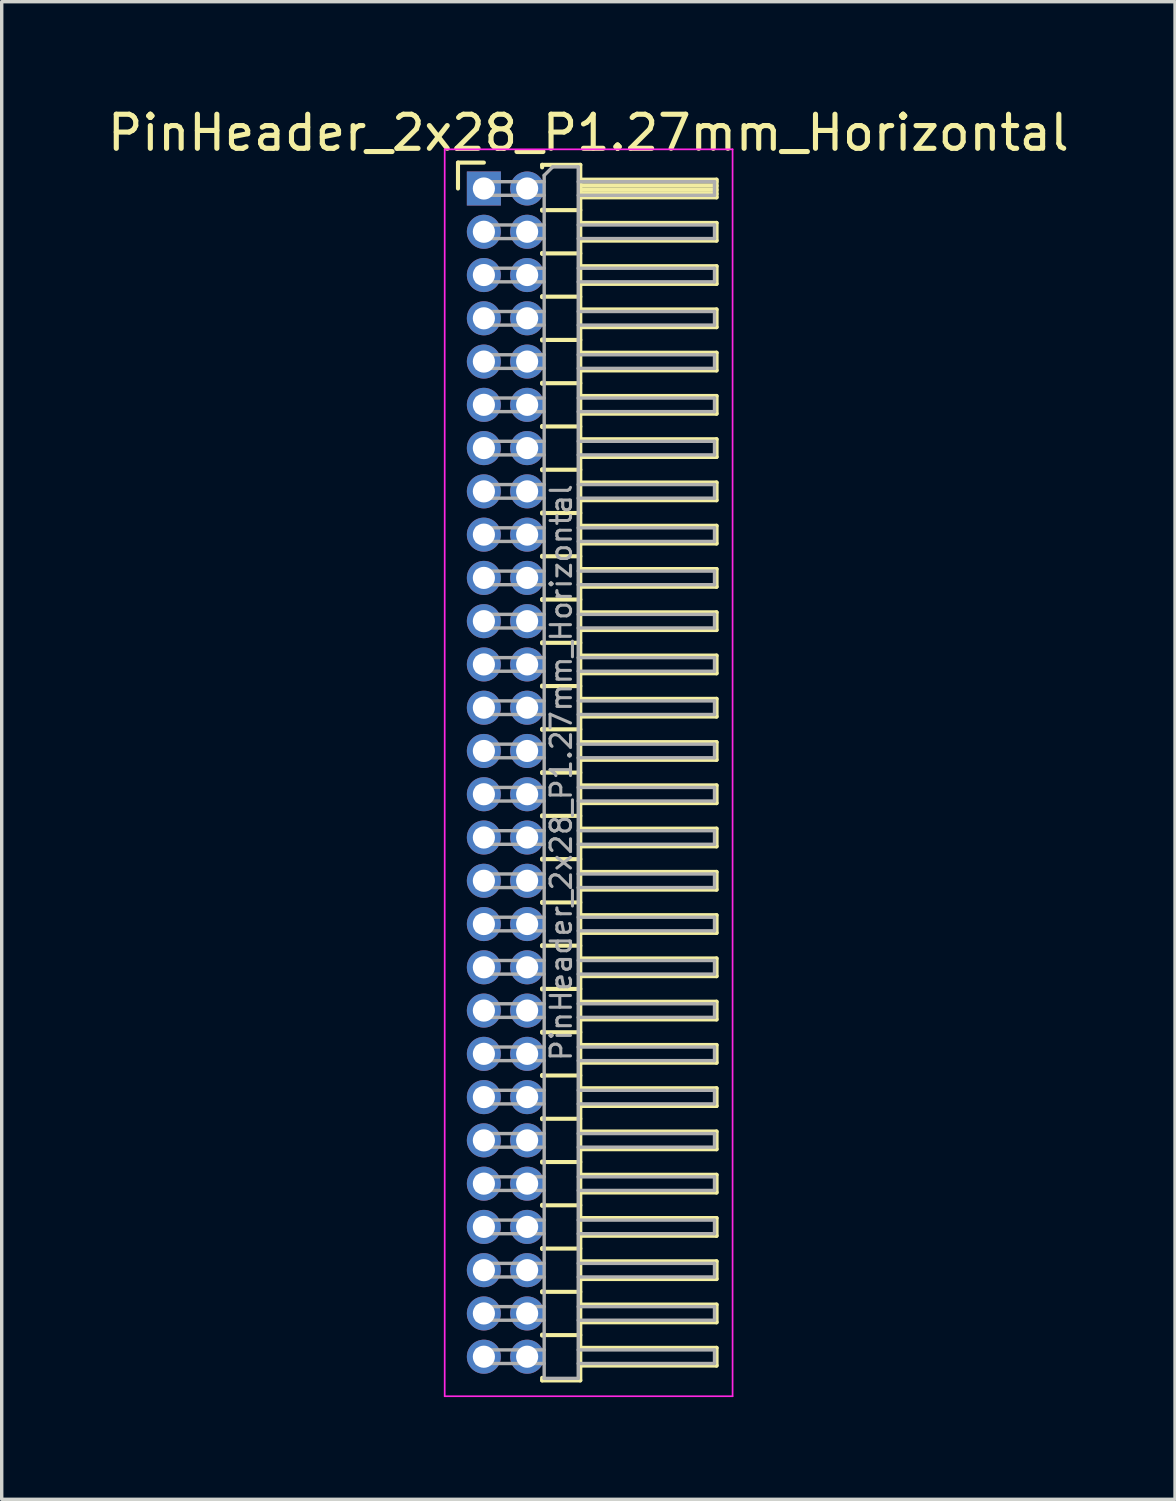
<source format=kicad_pcb>
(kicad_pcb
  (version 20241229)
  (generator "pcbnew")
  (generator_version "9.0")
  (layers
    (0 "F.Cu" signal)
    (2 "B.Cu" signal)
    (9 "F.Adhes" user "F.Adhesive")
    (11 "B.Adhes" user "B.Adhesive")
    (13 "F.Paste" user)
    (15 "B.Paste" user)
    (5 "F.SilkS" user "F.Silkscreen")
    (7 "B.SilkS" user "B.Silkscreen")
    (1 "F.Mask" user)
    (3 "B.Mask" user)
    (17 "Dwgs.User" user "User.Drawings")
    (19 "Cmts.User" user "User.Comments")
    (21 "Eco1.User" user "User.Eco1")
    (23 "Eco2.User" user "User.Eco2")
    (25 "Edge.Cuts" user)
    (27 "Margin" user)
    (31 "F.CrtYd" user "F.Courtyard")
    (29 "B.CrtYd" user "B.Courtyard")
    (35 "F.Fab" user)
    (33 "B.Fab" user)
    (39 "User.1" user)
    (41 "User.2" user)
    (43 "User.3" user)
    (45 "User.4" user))
  (footprint "PinHeader_2x28_P1.27mm_Horizontal"
    (layer "F.Cu")
    (at 11.153 2.483)
    (property "Reference" "PinHeader_2x28_P1.27mm_Horizontal" (at 3.067 -1.635 0) (layer "F.SilkS") (effects (font (size 1 1) (thickness 0.15))))
    (attr through_hole)
    (fp_line (start -0.76 -0.76) (end 0 -0.76) (stroke (width 0.12) (type solid)) (layer "F.SilkS"))
    (fp_line (start -0.76 0) (end -0.76 -0.76) (stroke (width 0.12) (type solid)) (layer "F.SilkS"))
    (fp_line (start 1.71 -0.695) (end 2.83 -0.695) (stroke (width 0.12) (type solid)) (layer "F.SilkS"))
    (fp_line (start 1.71 -0.62) (end 1.71 -0.695) (stroke (width 0.12) (type solid)) (layer "F.SilkS"))
    (fp_line (start 1.71 0.62) (end 1.71 0.65) (stroke (width 0.12) (type solid)) (layer "F.SilkS"))
    (fp_line (start 1.71 0.635) (end 2.83 0.635) (stroke (width 0.12) (type solid)) (layer "F.SilkS"))
    (fp_line (start 1.71 1.89) (end 1.71 1.92) (stroke (width 0.12) (type solid)) (layer "F.SilkS"))
    (fp_line (start 1.71 1.905) (end 2.83 1.905) (stroke (width 0.12) (type solid)) (layer "F.SilkS"))
    (fp_line (start 1.71 3.16) (end 1.71 3.19) (stroke (width 0.12) (type solid)) (layer "F.SilkS"))
    (fp_line (start 1.71 3.175) (end 2.83 3.175) (stroke (width 0.12) (type solid)) (layer "F.SilkS"))
    (fp_line (start 1.71 4.43) (end 1.71 4.46) (stroke (width 0.12) (type solid)) (layer "F.SilkS"))
    (fp_line (start 1.71 4.445) (end 2.83 4.445) (stroke (width 0.12) (type solid)) (layer "F.SilkS"))
    (fp_line (start 1.71 5.7) (end 1.71 5.73) (stroke (width 0.12) (type solid)) (layer "F.SilkS"))
    (fp_line (start 1.71 5.715) (end 2.83 5.715) (stroke (width 0.12) (type solid)) (layer "F.SilkS"))
    (fp_line (start 1.71 6.97) (end 1.71 7) (stroke (width 0.12) (type solid)) (layer "F.SilkS"))
    (fp_line (start 1.71 6.985) (end 2.83 6.985) (stroke (width 0.12) (type solid)) (layer "F.SilkS"))
    (fp_line (start 1.71 8.24) (end 1.71 8.27) (stroke (width 0.12) (type solid)) (layer "F.SilkS"))
    (fp_line (start 1.71 8.255) (end 2.83 8.255) (stroke (width 0.12) (type solid)) (layer "F.SilkS"))
    (fp_line (start 1.71 9.51) (end 1.71 9.54) (stroke (width 0.12) (type solid)) (layer "F.SilkS"))
    (fp_line (start 1.71 9.525) (end 2.83 9.525) (stroke (width 0.12) (type solid)) (layer "F.SilkS"))
    (fp_line (start 1.71 10.78) (end 1.71 10.81) (stroke (width 0.12) (type solid)) (layer "F.SilkS"))
    (fp_line (start 1.71 10.795) (end 2.83 10.795) (stroke (width 0.12) (type solid)) (layer "F.SilkS"))
    (fp_line (start 1.71 12.05) (end 1.71 12.08) (stroke (width 0.12) (type solid)) (layer "F.SilkS"))
    (fp_line (start 1.71 12.065) (end 2.83 12.065) (stroke (width 0.12) (type solid)) (layer "F.SilkS"))
    (fp_line (start 1.71 13.32) (end 1.71 13.35) (stroke (width 0.12) (type solid)) (layer "F.SilkS"))
    (fp_line (start 1.71 13.335) (end 2.83 13.335) (stroke (width 0.12) (type solid)) (layer "F.SilkS"))
    (fp_line (start 1.71 14.59) (end 1.71 14.62) (stroke (width 0.12) (type solid)) (layer "F.SilkS"))
    (fp_line (start 1.71 14.605) (end 2.83 14.605) (stroke (width 0.12) (type solid)) (layer "F.SilkS"))
    (fp_line (start 1.71 15.86) (end 1.71 15.89) (stroke (width 0.12) (type solid)) (layer "F.SilkS"))
    (fp_line (start 1.71 15.875) (end 2.83 15.875) (stroke (width 0.12) (type solid)) (layer "F.SilkS"))
    (fp_line (start 1.71 17.13) (end 1.71 17.16) (stroke (width 0.12) (type solid)) (layer "F.SilkS"))
    (fp_line (start 1.71 17.145) (end 2.83 17.145) (stroke (width 0.12) (type solid)) (layer "F.SilkS"))
    (fp_line (start 1.71 18.4) (end 1.71 18.43) (stroke (width 0.12) (type solid)) (layer "F.SilkS"))
    (fp_line (start 1.71 18.415) (end 2.83 18.415) (stroke (width 0.12) (type solid)) (layer "F.SilkS"))
    (fp_line (start 1.71 19.67) (end 1.71 19.7) (stroke (width 0.12) (type solid)) (layer "F.SilkS"))
    (fp_line (start 1.71 19.685) (end 2.83 19.685) (stroke (width 0.12) (type solid)) (layer "F.SilkS"))
    (fp_line (start 1.71 20.94) (end 1.71 20.97) (stroke (width 0.12) (type solid)) (layer "F.SilkS"))
    (fp_line (start 1.71 20.955) (end 2.83 20.955) (stroke (width 0.12) (type solid)) (layer "F.SilkS"))
    (fp_line (start 1.71 22.21) (end 1.71 22.24) (stroke (width 0.12) (type solid)) (layer "F.SilkS"))
    (fp_line (start 1.71 22.225) (end 2.83 22.225) (stroke (width 0.12) (type solid)) (layer "F.SilkS"))
    (fp_line (start 1.71 23.48) (end 1.71 23.51) (stroke (width 0.12) (type solid)) (layer "F.SilkS"))
    (fp_line (start 1.71 23.495) (end 2.83 23.495) (stroke (width 0.12) (type solid)) (layer "F.SilkS"))
    (fp_line (start 1.71 24.75) (end 1.71 24.78) (stroke (width 0.12) (type solid)) (layer "F.SilkS"))
    (fp_line (start 1.71 24.765) (end 2.83 24.765) (stroke (width 0.12) (type solid)) (layer "F.SilkS"))
    (fp_line (start 1.71 26.02) (end 1.71 26.05) (stroke (width 0.12) (type solid)) (layer "F.SilkS"))
    (fp_line (start 1.71 26.035) (end 2.83 26.035) (stroke (width 0.12) (type solid)) (layer "F.SilkS"))
    (fp_line (start 1.71 27.29) (end 1.71 27.32) (stroke (width 0.12) (type solid)) (layer "F.SilkS"))
    (fp_line (start 1.71 27.305) (end 2.83 27.305) (stroke (width 0.12) (type solid)) (layer "F.SilkS"))
    (fp_line (start 1.71 28.56) (end 1.71 28.59) (stroke (width 0.12) (type solid)) (layer "F.SilkS"))
    (fp_line (start 1.71 28.575) (end 2.83 28.575) (stroke (width 0.12) (type solid)) (layer "F.SilkS"))
    (fp_line (start 1.71 29.83) (end 1.71 29.86) (stroke (width 0.12) (type solid)) (layer "F.SilkS"))
    (fp_line (start 1.71 29.845) (end 2.83 29.845) (stroke (width 0.12) (type solid)) (layer "F.SilkS"))
    (fp_line (start 1.71 31.1) (end 1.71 31.13) (stroke (width 0.12) (type solid)) (layer "F.SilkS"))
    (fp_line (start 1.71 31.115) (end 2.83 31.115) (stroke (width 0.12) (type solid)) (layer "F.SilkS"))
    (fp_line (start 1.71 32.37) (end 1.71 32.4) (stroke (width 0.12) (type solid)) (layer "F.SilkS"))
    (fp_line (start 1.71 32.385) (end 2.83 32.385) (stroke (width 0.12) (type solid)) (layer "F.SilkS"))
    (fp_line (start 1.71 33.64) (end 1.71 33.67) (stroke (width 0.12) (type solid)) (layer "F.SilkS"))
    (fp_line (start 1.71 33.655) (end 2.83 33.655) (stroke (width 0.12) (type solid)) (layer "F.SilkS"))
    (fp_line (start 1.71 34.985) (end 1.71 34.91) (stroke (width 0.12) (type solid)) (layer "F.SilkS"))
    (fp_line (start 2.83 -0.695) (end 2.83 34.985) (stroke (width 0.12) (type solid)) (layer "F.SilkS"))
    (fp_line (start 2.83 -0.26) (end 6.83 -0.26) (stroke (width 0.12) (type solid)) (layer "F.SilkS"))
    (fp_line (start 2.83 -0.2) (end 6.83 -0.2) (stroke (width 0.12) (type solid)) (layer "F.SilkS"))
    (fp_line (start 2.83 -0.08) (end 6.83 -0.08) (stroke (width 0.12) (type solid)) (layer "F.SilkS"))
    (fp_line (start 2.83 0.04) (end 6.83 0.04) (stroke (width 0.12) (type solid)) (layer "F.SilkS"))
    (fp_line (start 2.83 0.16) (end 6.83 0.16) (stroke (width 0.12) (type solid)) (layer "F.SilkS"))
    (fp_line (start 2.83 1.01) (end 6.83 1.01) (stroke (width 0.12) (type solid)) (layer "F.SilkS"))
    (fp_line (start 2.83 2.28) (end 6.83 2.28) (stroke (width 0.12) (type solid)) (layer "F.SilkS"))
    (fp_line (start 2.83 3.55) (end 6.83 3.55) (stroke (width 0.12) (type solid)) (layer "F.SilkS"))
    (fp_line (start 2.83 4.82) (end 6.83 4.82) (stroke (width 0.12) (type solid)) (layer "F.SilkS"))
    (fp_line (start 2.83 6.09) (end 6.83 6.09) (stroke (width 0.12) (type solid)) (layer "F.SilkS"))
    (fp_line (start 2.83 7.36) (end 6.83 7.36) (stroke (width 0.12) (type solid)) (layer "F.SilkS"))
    (fp_line (start 2.83 8.63) (end 6.83 8.63) (stroke (width 0.12) (type solid)) (layer "F.SilkS"))
    (fp_line (start 2.83 9.9) (end 6.83 9.9) (stroke (width 0.12) (type solid)) (layer "F.SilkS"))
    (fp_line (start 2.83 11.17) (end 6.83 11.17) (stroke (width 0.12) (type solid)) (layer "F.SilkS"))
    (fp_line (start 2.83 12.44) (end 6.83 12.44) (stroke (width 0.12) (type solid)) (layer "F.SilkS"))
    (fp_line (start 2.83 13.71) (end 6.83 13.71) (stroke (width 0.12) (type solid)) (layer "F.SilkS"))
    (fp_line (start 2.83 14.98) (end 6.83 14.98) (stroke (width 0.12) (type solid)) (layer "F.SilkS"))
    (fp_line (start 2.83 16.25) (end 6.83 16.25) (stroke (width 0.12) (type solid)) (layer "F.SilkS"))
    (fp_line (start 2.83 17.52) (end 6.83 17.52) (stroke (width 0.12) (type solid)) (layer "F.SilkS"))
    (fp_line (start 2.83 18.79) (end 6.83 18.79) (stroke (width 0.12) (type solid)) (layer "F.SilkS"))
    (fp_line (start 2.83 20.06) (end 6.83 20.06) (stroke (width 0.12) (type solid)) (layer "F.SilkS"))
    (fp_line (start 2.83 21.33) (end 6.83 21.33) (stroke (width 0.12) (type solid)) (layer "F.SilkS"))
    (fp_line (start 2.83 22.6) (end 6.83 22.6) (stroke (width 0.12) (type solid)) (layer "F.SilkS"))
    (fp_line (start 2.83 23.87) (end 6.83 23.87) (stroke (width 0.12) (type solid)) (layer "F.SilkS"))
    (fp_line (start 2.83 25.14) (end 6.83 25.14) (stroke (width 0.12) (type solid)) (layer "F.SilkS"))
    (fp_line (start 2.83 26.41) (end 6.83 26.41) (stroke (width 0.12) (type solid)) (layer "F.SilkS"))
    (fp_line (start 2.83 27.68) (end 6.83 27.68) (stroke (width 0.12) (type solid)) (layer "F.SilkS"))
    (fp_line (start 2.83 28.95) (end 6.83 28.95) (stroke (width 0.12) (type solid)) (layer "F.SilkS"))
    (fp_line (start 2.83 30.22) (end 6.83 30.22) (stroke (width 0.12) (type solid)) (layer "F.SilkS"))
    (fp_line (start 2.83 31.49) (end 6.83 31.49) (stroke (width 0.12) (type solid)) (layer "F.SilkS"))
    (fp_line (start 2.83 32.76) (end 6.83 32.76) (stroke (width 0.12) (type solid)) (layer "F.SilkS"))
    (fp_line (start 2.83 34.03) (end 6.83 34.03) (stroke (width 0.12) (type solid)) (layer "F.SilkS"))
    (fp_line (start 2.83 34.985) (end 1.71 34.985) (stroke (width 0.12) (type solid)) (layer "F.SilkS"))
    (fp_line (start 6.83 -0.26) (end 6.83 0.26) (stroke (width 0.12) (type solid)) (layer "F.SilkS"))
    (fp_line (start 6.83 0.26) (end 2.83 0.26) (stroke (width 0.12) (type solid)) (layer "F.SilkS"))
    (fp_line (start 6.83 1.01) (end 6.83 1.53) (stroke (width 0.12) (type solid)) (layer "F.SilkS"))
    (fp_line (start 6.83 1.53) (end 2.83 1.53) (stroke (width 0.12) (type solid)) (layer "F.SilkS"))
    (fp_line (start 6.83 2.28) (end 6.83 2.8) (stroke (width 0.12) (type solid)) (layer "F.SilkS"))
    (fp_line (start 6.83 2.8) (end 2.83 2.8) (stroke (width 0.12) (type solid)) (layer "F.SilkS"))
    (fp_line (start 6.83 3.55) (end 6.83 4.07) (stroke (width 0.12) (type solid)) (layer "F.SilkS"))
    (fp_line (start 6.83 4.07) (end 2.83 4.07) (stroke (width 0.12) (type solid)) (layer "F.SilkS"))
    (fp_line (start 6.83 4.82) (end 6.83 5.34) (stroke (width 0.12) (type solid)) (layer "F.SilkS"))
    (fp_line (start 6.83 5.34) (end 2.83 5.34) (stroke (width 0.12) (type solid)) (layer "F.SilkS"))
    (fp_line (start 6.83 6.09) (end 6.83 6.61) (stroke (width 0.12) (type solid)) (layer "F.SilkS"))
    (fp_line (start 6.83 6.61) (end 2.83 6.61) (stroke (width 0.12) (type solid)) (layer "F.SilkS"))
    (fp_line (start 6.83 7.36) (end 6.83 7.88) (stroke (width 0.12) (type solid)) (layer "F.SilkS"))
    (fp_line (start 6.83 7.88) (end 2.83 7.88) (stroke (width 0.12) (type solid)) (layer "F.SilkS"))
    (fp_line (start 6.83 8.63) (end 6.83 9.15) (stroke (width 0.12) (type solid)) (layer "F.SilkS"))
    (fp_line (start 6.83 9.15) (end 2.83 9.15) (stroke (width 0.12) (type solid)) (layer "F.SilkS"))
    (fp_line (start 6.83 9.9) (end 6.83 10.42) (stroke (width 0.12) (type solid)) (layer "F.SilkS"))
    (fp_line (start 6.83 10.42) (end 2.83 10.42) (stroke (width 0.12) (type solid)) (layer "F.SilkS"))
    (fp_line (start 6.83 11.17) (end 6.83 11.69) (stroke (width 0.12) (type solid)) (layer "F.SilkS"))
    (fp_line (start 6.83 11.69) (end 2.83 11.69) (stroke (width 0.12) (type solid)) (layer "F.SilkS"))
    (fp_line (start 6.83 12.44) (end 6.83 12.96) (stroke (width 0.12) (type solid)) (layer "F.SilkS"))
    (fp_line (start 6.83 12.96) (end 2.83 12.96) (stroke (width 0.12) (type solid)) (layer "F.SilkS"))
    (fp_line (start 6.83 13.71) (end 6.83 14.23) (stroke (width 0.12) (type solid)) (layer "F.SilkS"))
    (fp_line (start 6.83 14.23) (end 2.83 14.23) (stroke (width 0.12) (type solid)) (layer "F.SilkS"))
    (fp_line (start 6.83 14.98) (end 6.83 15.5) (stroke (width 0.12) (type solid)) (layer "F.SilkS"))
    (fp_line (start 6.83 15.5) (end 2.83 15.5) (stroke (width 0.12) (type solid)) (layer "F.SilkS"))
    (fp_line (start 6.83 16.25) (end 6.83 16.77) (stroke (width 0.12) (type solid)) (layer "F.SilkS"))
    (fp_line (start 6.83 16.77) (end 2.83 16.77) (stroke (width 0.12) (type solid)) (layer "F.SilkS"))
    (fp_line (start 6.83 17.52) (end 6.83 18.04) (stroke (width 0.12) (type solid)) (layer "F.SilkS"))
    (fp_line (start 6.83 18.04) (end 2.83 18.04) (stroke (width 0.12) (type solid)) (layer "F.SilkS"))
    (fp_line (start 6.83 18.79) (end 6.83 19.31) (stroke (width 0.12) (type solid)) (layer "F.SilkS"))
    (fp_line (start 6.83 19.31) (end 2.83 19.31) (stroke (width 0.12) (type solid)) (layer "F.SilkS"))
    (fp_line (start 6.83 20.06) (end 6.83 20.58) (stroke (width 0.12) (type solid)) (layer "F.SilkS"))
    (fp_line (start 6.83 20.58) (end 2.83 20.58) (stroke (width 0.12) (type solid)) (layer "F.SilkS"))
    (fp_line (start 6.83 21.33) (end 6.83 21.85) (stroke (width 0.12) (type solid)) (layer "F.SilkS"))
    (fp_line (start 6.83 21.85) (end 2.83 21.85) (stroke (width 0.12) (type solid)) (layer "F.SilkS"))
    (fp_line (start 6.83 22.6) (end 6.83 23.12) (stroke (width 0.12) (type solid)) (layer "F.SilkS"))
    (fp_line (start 6.83 23.12) (end 2.83 23.12) (stroke (width 0.12) (type solid)) (layer "F.SilkS"))
    (fp_line (start 6.83 23.87) (end 6.83 24.39) (stroke (width 0.12) (type solid)) (layer "F.SilkS"))
    (fp_line (start 6.83 24.39) (end 2.83 24.39) (stroke (width 0.12) (type solid)) (layer "F.SilkS"))
    (fp_line (start 6.83 25.14) (end 6.83 25.66) (stroke (width 0.12) (type solid)) (layer "F.SilkS"))
    (fp_line (start 6.83 25.66) (end 2.83 25.66) (stroke (width 0.12) (type solid)) (layer "F.SilkS"))
    (fp_line (start 6.83 26.41) (end 6.83 26.93) (stroke (width 0.12) (type solid)) (layer "F.SilkS"))
    (fp_line (start 6.83 26.93) (end 2.83 26.93) (stroke (width 0.12) (type solid)) (layer "F.SilkS"))
    (fp_line (start 6.83 27.68) (end 6.83 28.2) (stroke (width 0.12) (type solid)) (layer "F.SilkS"))
    (fp_line (start 6.83 28.2) (end 2.83 28.2) (stroke (width 0.12) (type solid)) (layer "F.SilkS"))
    (fp_line (start 6.83 28.95) (end 6.83 29.47) (stroke (width 0.12) (type solid)) (layer "F.SilkS"))
    (fp_line (start 6.83 29.47) (end 2.83 29.47) (stroke (width 0.12) (type solid)) (layer "F.SilkS"))
    (fp_line (start 6.83 30.22) (end 6.83 30.74) (stroke (width 0.12) (type solid)) (layer "F.SilkS"))
    (fp_line (start 6.83 30.74) (end 2.83 30.74) (stroke (width 0.12) (type solid)) (layer "F.SilkS"))
    (fp_line (start 6.83 31.49) (end 6.83 32.01) (stroke (width 0.12) (type solid)) (layer "F.SilkS"))
    (fp_line (start 6.83 32.01) (end 2.83 32.01) (stroke (width 0.12) (type solid)) (layer "F.SilkS"))
    (fp_line (start 6.83 32.76) (end 6.83 33.28) (stroke (width 0.12) (type solid)) (layer "F.SilkS"))
    (fp_line (start 6.83 33.28) (end 2.83 33.28) (stroke (width 0.12) (type solid)) (layer "F.SilkS"))
    (fp_line (start 6.83 34.03) (end 6.83 34.55) (stroke (width 0.12) (type solid)) (layer "F.SilkS"))
    (fp_line (start 6.83 34.55) (end 2.83 34.55) (stroke (width 0.12) (type solid)) (layer "F.SilkS"))
    (fp_line (start -1.15 -1.15) (end -1.15 35.45) (stroke (width 0.05) (type solid)) (layer "F.CrtYd"))
    (fp_line (start -1.15 35.45) (end 7.3 35.45) (stroke (width 0.05) (type solid)) (layer "F.CrtYd"))
    (fp_line (start 7.3 -1.15) (end -1.15 -1.15) (stroke (width 0.05) (type solid)) (layer "F.CrtYd"))
    (fp_line (start 7.3 35.45) (end 7.3 -1.15) (stroke (width 0.05) (type solid)) (layer "F.CrtYd"))
    (fp_line (start -0.2 -0.2) (end -0.2 0.2) (stroke (width 0.1) (type solid)) (layer "F.Fab"))
    (fp_line (start -0.2 -0.2) (end 1.77 -0.2) (stroke (width 0.1) (type solid)) (layer "F.Fab"))
    (fp_line (start -0.2 0.2) (end 1.77 0.2) (stroke (width 0.1) (type solid)) (layer "F.Fab"))
    (fp_line (start -0.2 1.07) (end -0.2 1.47) (stroke (width 0.1) (type solid)) (layer "F.Fab"))
    (fp_line (start -0.2 1.07) (end 1.77 1.07) (stroke (width 0.1) (type solid)) (layer "F.Fab"))
    (fp_line (start -0.2 1.47) (end 1.77 1.47) (stroke (width 0.1) (type solid)) (layer "F.Fab"))
    (fp_line (start -0.2 2.34) (end -0.2 2.74) (stroke (width 0.1) (type solid)) (layer "F.Fab"))
    (fp_line (start -0.2 2.34) (end 1.77 2.34) (stroke (width 0.1) (type solid)) (layer "F.Fab"))
    (fp_line (start -0.2 2.74) (end 1.77 2.74) (stroke (width 0.1) (type solid)) (layer "F.Fab"))
    (fp_line (start -0.2 3.61) (end -0.2 4.01) (stroke (width 0.1) (type solid)) (layer "F.Fab"))
    (fp_line (start -0.2 3.61) (end 1.77 3.61) (stroke (width 0.1) (type solid)) (layer "F.Fab"))
    (fp_line (start -0.2 4.01) (end 1.77 4.01) (stroke (width 0.1) (type solid)) (layer "F.Fab"))
    (fp_line (start -0.2 4.88) (end -0.2 5.28) (stroke (width 0.1) (type solid)) (layer "F.Fab"))
    (fp_line (start -0.2 4.88) (end 1.77 4.88) (stroke (width 0.1) (type solid)) (layer "F.Fab"))
    (fp_line (start -0.2 5.28) (end 1.77 5.28) (stroke (width 0.1) (type solid)) (layer "F.Fab"))
    (fp_line (start -0.2 6.15) (end -0.2 6.55) (stroke (width 0.1) (type solid)) (layer "F.Fab"))
    (fp_line (start -0.2 6.15) (end 1.77 6.15) (stroke (width 0.1) (type solid)) (layer "F.Fab"))
    (fp_line (start -0.2 6.55) (end 1.77 6.55) (stroke (width 0.1) (type solid)) (layer "F.Fab"))
    (fp_line (start -0.2 7.42) (end -0.2 7.82) (stroke (width 0.1) (type solid)) (layer "F.Fab"))
    (fp_line (start -0.2 7.42) (end 1.77 7.42) (stroke (width 0.1) (type solid)) (layer "F.Fab"))
    (fp_line (start -0.2 7.82) (end 1.77 7.82) (stroke (width 0.1) (type solid)) (layer "F.Fab"))
    (fp_line (start -0.2 8.69) (end -0.2 9.09) (stroke (width 0.1) (type solid)) (layer "F.Fab"))
    (fp_line (start -0.2 8.69) (end 1.77 8.69) (stroke (width 0.1) (type solid)) (layer "F.Fab"))
    (fp_line (start -0.2 9.09) (end 1.77 9.09) (stroke (width 0.1) (type solid)) (layer "F.Fab"))
    (fp_line (start -0.2 9.96) (end -0.2 10.36) (stroke (width 0.1) (type solid)) (layer "F.Fab"))
    (fp_line (start -0.2 9.96) (end 1.77 9.96) (stroke (width 0.1) (type solid)) (layer "F.Fab"))
    (fp_line (start -0.2 10.36) (end 1.77 10.36) (stroke (width 0.1) (type solid)) (layer "F.Fab"))
    (fp_line (start -0.2 11.23) (end -0.2 11.63) (stroke (width 0.1) (type solid)) (layer "F.Fab"))
    (fp_line (start -0.2 11.23) (end 1.77 11.23) (stroke (width 0.1) (type solid)) (layer "F.Fab"))
    (fp_line (start -0.2 11.63) (end 1.77 11.63) (stroke (width 0.1) (type solid)) (layer "F.Fab"))
    (fp_line (start -0.2 12.5) (end -0.2 12.9) (stroke (width 0.1) (type solid)) (layer "F.Fab"))
    (fp_line (start -0.2 12.5) (end 1.77 12.5) (stroke (width 0.1) (type solid)) (layer "F.Fab"))
    (fp_line (start -0.2 12.9) (end 1.77 12.9) (stroke (width 0.1) (type solid)) (layer "F.Fab"))
    (fp_line (start -0.2 13.77) (end -0.2 14.17) (stroke (width 0.1) (type solid)) (layer "F.Fab"))
    (fp_line (start -0.2 13.77) (end 1.77 13.77) (stroke (width 0.1) (type solid)) (layer "F.Fab"))
    (fp_line (start -0.2 14.17) (end 1.77 14.17) (stroke (width 0.1) (type solid)) (layer "F.Fab"))
    (fp_line (start -0.2 15.04) (end -0.2 15.44) (stroke (width 0.1) (type solid)) (layer "F.Fab"))
    (fp_line (start -0.2 15.04) (end 1.77 15.04) (stroke (width 0.1) (type solid)) (layer "F.Fab"))
    (fp_line (start -0.2 15.44) (end 1.77 15.44) (stroke (width 0.1) (type solid)) (layer "F.Fab"))
    (fp_line (start -0.2 16.31) (end -0.2 16.71) (stroke (width 0.1) (type solid)) (layer "F.Fab"))
    (fp_line (start -0.2 16.31) (end 1.77 16.31) (stroke (width 0.1) (type solid)) (layer "F.Fab"))
    (fp_line (start -0.2 16.71) (end 1.77 16.71) (stroke (width 0.1) (type solid)) (layer "F.Fab"))
    (fp_line (start -0.2 17.58) (end -0.2 17.98) (stroke (width 0.1) (type solid)) (layer "F.Fab"))
    (fp_line (start -0.2 17.58) (end 1.77 17.58) (stroke (width 0.1) (type solid)) (layer "F.Fab"))
    (fp_line (start -0.2 17.98) (end 1.77 17.98) (stroke (width 0.1) (type solid)) (layer "F.Fab"))
    (fp_line (start -0.2 18.85) (end -0.2 19.25) (stroke (width 0.1) (type solid)) (layer "F.Fab"))
    (fp_line (start -0.2 18.85) (end 1.77 18.85) (stroke (width 0.1) (type solid)) (layer "F.Fab"))
    (fp_line (start -0.2 19.25) (end 1.77 19.25) (stroke (width 0.1) (type solid)) (layer "F.Fab"))
    (fp_line (start -0.2 20.12) (end -0.2 20.52) (stroke (width 0.1) (type solid)) (layer "F.Fab"))
    (fp_line (start -0.2 20.12) (end 1.77 20.12) (stroke (width 0.1) (type solid)) (layer "F.Fab"))
    (fp_line (start -0.2 20.52) (end 1.77 20.52) (stroke (width 0.1) (type solid)) (layer "F.Fab"))
    (fp_line (start -0.2 21.39) (end -0.2 21.79) (stroke (width 0.1) (type solid)) (layer "F.Fab"))
    (fp_line (start -0.2 21.39) (end 1.77 21.39) (stroke (width 0.1) (type solid)) (layer "F.Fab"))
    (fp_line (start -0.2 21.79) (end 1.77 21.79) (stroke (width 0.1) (type solid)) (layer "F.Fab"))
    (fp_line (start -0.2 22.66) (end -0.2 23.06) (stroke (width 0.1) (type solid)) (layer "F.Fab"))
    (fp_line (start -0.2 22.66) (end 1.77 22.66) (stroke (width 0.1) (type solid)) (layer "F.Fab"))
    (fp_line (start -0.2 23.06) (end 1.77 23.06) (stroke (width 0.1) (type solid)) (layer "F.Fab"))
    (fp_line (start -0.2 23.93) (end -0.2 24.33) (stroke (width 0.1) (type solid)) (layer "F.Fab"))
    (fp_line (start -0.2 23.93) (end 1.77 23.93) (stroke (width 0.1) (type solid)) (layer "F.Fab"))
    (fp_line (start -0.2 24.33) (end 1.77 24.33) (stroke (width 0.1) (type solid)) (layer "F.Fab"))
    (fp_line (start -0.2 25.2) (end -0.2 25.6) (stroke (width 0.1) (type solid)) (layer "F.Fab"))
    (fp_line (start -0.2 25.2) (end 1.77 25.2) (stroke (width 0.1) (type solid)) (layer "F.Fab"))
    (fp_line (start -0.2 25.6) (end 1.77 25.6) (stroke (width 0.1) (type solid)) (layer "F.Fab"))
    (fp_line (start -0.2 26.47) (end -0.2 26.87) (stroke (width 0.1) (type solid)) (layer "F.Fab"))
    (fp_line (start -0.2 26.47) (end 1.77 26.47) (stroke (width 0.1) (type solid)) (layer "F.Fab"))
    (fp_line (start -0.2 26.87) (end 1.77 26.87) (stroke (width 0.1) (type solid)) (layer "F.Fab"))
    (fp_line (start -0.2 27.74) (end -0.2 28.14) (stroke (width 0.1) (type solid)) (layer "F.Fab"))
    (fp_line (start -0.2 27.74) (end 1.77 27.74) (stroke (width 0.1) (type solid)) (layer "F.Fab"))
    (fp_line (start -0.2 28.14) (end 1.77 28.14) (stroke (width 0.1) (type solid)) (layer "F.Fab"))
    (fp_line (start -0.2 29.01) (end -0.2 29.41) (stroke (width 0.1) (type solid)) (layer "F.Fab"))
    (fp_line (start -0.2 29.01) (end 1.77 29.01) (stroke (width 0.1) (type solid)) (layer "F.Fab"))
    (fp_line (start -0.2 29.41) (end 1.77 29.41) (stroke (width 0.1) (type solid)) (layer "F.Fab"))
    (fp_line (start -0.2 30.28) (end -0.2 30.68) (stroke (width 0.1) (type solid)) (layer "F.Fab"))
    (fp_line (start -0.2 30.28) (end 1.77 30.28) (stroke (width 0.1) (type solid)) (layer "F.Fab"))
    (fp_line (start -0.2 30.68) (end 1.77 30.68) (stroke (width 0.1) (type solid)) (layer "F.Fab"))
    (fp_line (start -0.2 31.55) (end -0.2 31.95) (stroke (width 0.1) (type solid)) (layer "F.Fab"))
    (fp_line (start -0.2 31.55) (end 1.77 31.55) (stroke (width 0.1) (type solid)) (layer "F.Fab"))
    (fp_line (start -0.2 31.95) (end 1.77 31.95) (stroke (width 0.1) (type solid)) (layer "F.Fab"))
    (fp_line (start -0.2 32.82) (end -0.2 33.22) (stroke (width 0.1) (type solid)) (layer "F.Fab"))
    (fp_line (start -0.2 32.82) (end 1.77 32.82) (stroke (width 0.1) (type solid)) (layer "F.Fab"))
    (fp_line (start -0.2 33.22) (end 1.77 33.22) (stroke (width 0.1) (type solid)) (layer "F.Fab"))
    (fp_line (start -0.2 34.09) (end -0.2 34.49) (stroke (width 0.1) (type solid)) (layer "F.Fab"))
    (fp_line (start -0.2 34.09) (end 1.77 34.09) (stroke (width 0.1) (type solid)) (layer "F.Fab"))
    (fp_line (start -0.2 34.49) (end 1.77 34.49) (stroke (width 0.1) (type solid)) (layer "F.Fab"))
    (fp_line (start 1.77 -0.385) (end 2.02 -0.635) (stroke (width 0.1) (type solid)) (layer "F.Fab"))
    (fp_line (start 1.77 34.925) (end 1.77 -0.385) (stroke (width 0.1) (type solid)) (layer "F.Fab"))
    (fp_line (start 2.02 -0.635) (end 2.77 -0.635) (stroke (width 0.1) (type solid)) (layer "F.Fab"))
    (fp_line (start 2.77 -0.635) (end 2.77 34.925) (stroke (width 0.1) (type solid)) (layer "F.Fab"))
    (fp_line (start 2.77 -0.2) (end 6.77 -0.2) (stroke (width 0.1) (type solid)) (layer "F.Fab"))
    (fp_line (start 2.77 0.2) (end 6.77 0.2) (stroke (width 0.1) (type solid)) (layer "F.Fab"))
    (fp_line (start 2.77 1.07) (end 6.77 1.07) (stroke (width 0.1) (type solid)) (layer "F.Fab"))
    (fp_line (start 2.77 1.47) (end 6.77 1.47) (stroke (width 0.1) (type solid)) (layer "F.Fab"))
    (fp_line (start 2.77 2.34) (end 6.77 2.34) (stroke (width 0.1) (type solid)) (layer "F.Fab"))
    (fp_line (start 2.77 2.74) (end 6.77 2.74) (stroke (width 0.1) (type solid)) (layer "F.Fab"))
    (fp_line (start 2.77 3.61) (end 6.77 3.61) (stroke (width 0.1) (type solid)) (layer "F.Fab"))
    (fp_line (start 2.77 4.01) (end 6.77 4.01) (stroke (width 0.1) (type solid)) (layer "F.Fab"))
    (fp_line (start 2.77 4.88) (end 6.77 4.88) (stroke (width 0.1) (type solid)) (layer "F.Fab"))
    (fp_line (start 2.77 5.28) (end 6.77 5.28) (stroke (width 0.1) (type solid)) (layer "F.Fab"))
    (fp_line (start 2.77 6.15) (end 6.77 6.15) (stroke (width 0.1) (type solid)) (layer "F.Fab"))
    (fp_line (start 2.77 6.55) (end 6.77 6.55) (stroke (width 0.1) (type solid)) (layer "F.Fab"))
    (fp_line (start 2.77 7.42) (end 6.77 7.42) (stroke (width 0.1) (type solid)) (layer "F.Fab"))
    (fp_line (start 2.77 7.82) (end 6.77 7.82) (stroke (width 0.1) (type solid)) (layer "F.Fab"))
    (fp_line (start 2.77 8.69) (end 6.77 8.69) (stroke (width 0.1) (type solid)) (layer "F.Fab"))
    (fp_line (start 2.77 9.09) (end 6.77 9.09) (stroke (width 0.1) (type solid)) (layer "F.Fab"))
    (fp_line (start 2.77 9.96) (end 6.77 9.96) (stroke (width 0.1) (type solid)) (layer "F.Fab"))
    (fp_line (start 2.77 10.36) (end 6.77 10.36) (stroke (width 0.1) (type solid)) (layer "F.Fab"))
    (fp_line (start 2.77 11.23) (end 6.77 11.23) (stroke (width 0.1) (type solid)) (layer "F.Fab"))
    (fp_line (start 2.77 11.63) (end 6.77 11.63) (stroke (width 0.1) (type solid)) (layer "F.Fab"))
    (fp_line (start 2.77 12.5) (end 6.77 12.5) (stroke (width 0.1) (type solid)) (layer "F.Fab"))
    (fp_line (start 2.77 12.9) (end 6.77 12.9) (stroke (width 0.1) (type solid)) (layer "F.Fab"))
    (fp_line (start 2.77 13.77) (end 6.77 13.77) (stroke (width 0.1) (type solid)) (layer "F.Fab"))
    (fp_line (start 2.77 14.17) (end 6.77 14.17) (stroke (width 0.1) (type solid)) (layer "F.Fab"))
    (fp_line (start 2.77 15.04) (end 6.77 15.04) (stroke (width 0.1) (type solid)) (layer "F.Fab"))
    (fp_line (start 2.77 15.44) (end 6.77 15.44) (stroke (width 0.1) (type solid)) (layer "F.Fab"))
    (fp_line (start 2.77 16.31) (end 6.77 16.31) (stroke (width 0.1) (type solid)) (layer "F.Fab"))
    (fp_line (start 2.77 16.71) (end 6.77 16.71) (stroke (width 0.1) (type solid)) (layer "F.Fab"))
    (fp_line (start 2.77 17.58) (end 6.77 17.58) (stroke (width 0.1) (type solid)) (layer "F.Fab"))
    (fp_line (start 2.77 17.98) (end 6.77 17.98) (stroke (width 0.1) (type solid)) (layer "F.Fab"))
    (fp_line (start 2.77 18.85) (end 6.77 18.85) (stroke (width 0.1) (type solid)) (layer "F.Fab"))
    (fp_line (start 2.77 19.25) (end 6.77 19.25) (stroke (width 0.1) (type solid)) (layer "F.Fab"))
    (fp_line (start 2.77 20.12) (end 6.77 20.12) (stroke (width 0.1) (type solid)) (layer "F.Fab"))
    (fp_line (start 2.77 20.52) (end 6.77 20.52) (stroke (width 0.1) (type solid)) (layer "F.Fab"))
    (fp_line (start 2.77 21.39) (end 6.77 21.39) (stroke (width 0.1) (type solid)) (layer "F.Fab"))
    (fp_line (start 2.77 21.79) (end 6.77 21.79) (stroke (width 0.1) (type solid)) (layer "F.Fab"))
    (fp_line (start 2.77 22.66) (end 6.77 22.66) (stroke (width 0.1) (type solid)) (layer "F.Fab"))
    (fp_line (start 2.77 23.06) (end 6.77 23.06) (stroke (width 0.1) (type solid)) (layer "F.Fab"))
    (fp_line (start 2.77 23.93) (end 6.77 23.93) (stroke (width 0.1) (type solid)) (layer "F.Fab"))
    (fp_line (start 2.77 24.33) (end 6.77 24.33) (stroke (width 0.1) (type solid)) (layer "F.Fab"))
    (fp_line (start 2.77 25.2) (end 6.77 25.2) (stroke (width 0.1) (type solid)) (layer "F.Fab"))
    (fp_line (start 2.77 25.6) (end 6.77 25.6) (stroke (width 0.1) (type solid)) (layer "F.Fab"))
    (fp_line (start 2.77 26.47) (end 6.77 26.47) (stroke (width 0.1) (type solid)) (layer "F.Fab"))
    (fp_line (start 2.77 26.87) (end 6.77 26.87) (stroke (width 0.1) (type solid)) (layer "F.Fab"))
    (fp_line (start 2.77 27.74) (end 6.77 27.74) (stroke (width 0.1) (type solid)) (layer "F.Fab"))
    (fp_line (start 2.77 28.14) (end 6.77 28.14) (stroke (width 0.1) (type solid)) (layer "F.Fab"))
    (fp_line (start 2.77 29.01) (end 6.77 29.01) (stroke (width 0.1) (type solid)) (layer "F.Fab"))
    (fp_line (start 2.77 29.41) (end 6.77 29.41) (stroke (width 0.1) (type solid)) (layer "F.Fab"))
    (fp_line (start 2.77 30.28) (end 6.77 30.28) (stroke (width 0.1) (type solid)) (layer "F.Fab"))
    (fp_line (start 2.77 30.68) (end 6.77 30.68) (stroke (width 0.1) (type solid)) (layer "F.Fab"))
    (fp_line (start 2.77 31.55) (end 6.77 31.55) (stroke (width 0.1) (type solid)) (layer "F.Fab"))
    (fp_line (start 2.77 31.95) (end 6.77 31.95) (stroke (width 0.1) (type solid)) (layer "F.Fab"))
    (fp_line (start 2.77 32.82) (end 6.77 32.82) (stroke (width 0.1) (type solid)) (layer "F.Fab"))
    (fp_line (start 2.77 33.22) (end 6.77 33.22) (stroke (width 0.1) (type solid)) (layer "F.Fab"))
    (fp_line (start 2.77 34.09) (end 6.77 34.09) (stroke (width 0.1) (type solid)) (layer "F.Fab"))
    (fp_line (start 2.77 34.49) (end 6.77 34.49) (stroke (width 0.1) (type solid)) (layer "F.Fab"))
    (fp_line (start 2.77 34.925) (end 1.77 34.925) (stroke (width 0.1) (type solid)) (layer "F.Fab"))
    (fp_line (start 6.77 -0.2) (end 6.77 0.2) (stroke (width 0.1) (type solid)) (layer "F.Fab"))
    (fp_line (start 6.77 1.07) (end 6.77 1.47) (stroke (width 0.1) (type solid)) (layer "F.Fab"))
    (fp_line (start 6.77 2.34) (end 6.77 2.74) (stroke (width 0.1) (type solid)) (layer "F.Fab"))
    (fp_line (start 6.77 3.61) (end 6.77 4.01) (stroke (width 0.1) (type solid)) (layer "F.Fab"))
    (fp_line (start 6.77 4.88) (end 6.77 5.28) (stroke (width 0.1) (type solid)) (layer "F.Fab"))
    (fp_line (start 6.77 6.15) (end 6.77 6.55) (stroke (width 0.1) (type solid)) (layer "F.Fab"))
    (fp_line (start 6.77 7.42) (end 6.77 7.82) (stroke (width 0.1) (type solid)) (layer "F.Fab"))
    (fp_line (start 6.77 8.69) (end 6.77 9.09) (stroke (width 0.1) (type solid)) (layer "F.Fab"))
    (fp_line (start 6.77 9.96) (end 6.77 10.36) (stroke (width 0.1) (type solid)) (layer "F.Fab"))
    (fp_line (start 6.77 11.23) (end 6.77 11.63) (stroke (width 0.1) (type solid)) (layer "F.Fab"))
    (fp_line (start 6.77 12.5) (end 6.77 12.9) (stroke (width 0.1) (type solid)) (layer "F.Fab"))
    (fp_line (start 6.77 13.77) (end 6.77 14.17) (stroke (width 0.1) (type solid)) (layer "F.Fab"))
    (fp_line (start 6.77 15.04) (end 6.77 15.44) (stroke (width 0.1) (type solid)) (layer "F.Fab"))
    (fp_line (start 6.77 16.31) (end 6.77 16.71) (stroke (width 0.1) (type solid)) (layer "F.Fab"))
    (fp_line (start 6.77 17.58) (end 6.77 17.98) (stroke (width 0.1) (type solid)) (layer "F.Fab"))
    (fp_line (start 6.77 18.85) (end 6.77 19.25) (stroke (width 0.1) (type solid)) (layer "F.Fab"))
    (fp_line (start 6.77 20.12) (end 6.77 20.52) (stroke (width 0.1) (type solid)) (layer "F.Fab"))
    (fp_line (start 6.77 21.39) (end 6.77 21.79) (stroke (width 0.1) (type solid)) (layer "F.Fab"))
    (fp_line (start 6.77 22.66) (end 6.77 23.06) (stroke (width 0.1) (type solid)) (layer "F.Fab"))
    (fp_line (start 6.77 23.93) (end 6.77 24.33) (stroke (width 0.1) (type solid)) (layer "F.Fab"))
    (fp_line (start 6.77 25.2) (end 6.77 25.6) (stroke (width 0.1) (type solid)) (layer "F.Fab"))
    (fp_line (start 6.77 26.47) (end 6.77 26.87) (stroke (width 0.1) (type solid)) (layer "F.Fab"))
    (fp_line (start 6.77 27.74) (end 6.77 28.14) (stroke (width 0.1) (type solid)) (layer "F.Fab"))
    (fp_line (start 6.77 29.01) (end 6.77 29.41) (stroke (width 0.1) (type solid)) (layer "F.Fab"))
    (fp_line (start 6.77 30.28) (end 6.77 30.68) (stroke (width 0.1) (type solid)) (layer "F.Fab"))
    (fp_line (start 6.77 31.55) (end 6.77 31.95) (stroke (width 0.1) (type solid)) (layer "F.Fab"))
    (fp_line (start 6.77 32.82) (end 6.77 33.22) (stroke (width 0.1) (type solid)) (layer "F.Fab"))
    (fp_line (start 6.77 34.09) (end 6.77 34.49) (stroke (width 0.1) (type solid)) (layer "F.Fab"))
    (fp_text user "${REFERENCE}" (at 2.27 17.145 90) (layer "F.Fab") (effects (font (size 0.6 0.6) (thickness 0.09))))
    (pad "1" thru_hole rect (at 0 0) (size 1 1) (drill 0.65) (layers "*.Cu" "*.Mask"))
    (pad "2" thru_hole oval (at 1.27 0) (size 1 1) (drill 0.65) (layers "*.Cu" "*.Mask"))
    (pad "3" thru_hole oval (at 0 1.27) (size 1 1) (drill 0.65) (layers "*.Cu" "*.Mask"))
    (pad "4" thru_hole oval (at 1.27 1.27) (size 1 1) (drill 0.65) (layers "*.Cu" "*.Mask"))
    (pad "5" thru_hole oval (at 0 2.54) (size 1 1) (drill 0.65) (layers "*.Cu" "*.Mask"))
    (pad "6" thru_hole oval (at 1.27 2.54) (size 1 1) (drill 0.65) (layers "*.Cu" "*.Mask"))
    (pad "7" thru_hole oval (at 0 3.81) (size 1 1) (drill 0.65) (layers "*.Cu" "*.Mask"))
    (pad "8" thru_hole oval (at 1.27 3.81) (size 1 1) (drill 0.65) (layers "*.Cu" "*.Mask"))
    (pad "9" thru_hole oval (at 0 5.08) (size 1 1) (drill 0.65) (layers "*.Cu" "*.Mask"))
    (pad "10" thru_hole oval (at 1.27 5.08) (size 1 1) (drill 0.65) (layers "*.Cu" "*.Mask"))
    (pad "11" thru_hole oval (at 0 6.35) (size 1 1) (drill 0.65) (layers "*.Cu" "*.Mask"))
    (pad "12" thru_hole oval (at 1.27 6.35) (size 1 1) (drill 0.65) (layers "*.Cu" "*.Mask"))
    (pad "13" thru_hole oval (at 0 7.62) (size 1 1) (drill 0.65) (layers "*.Cu" "*.Mask"))
    (pad "14" thru_hole oval (at 1.27 7.62) (size 1 1) (drill 0.65) (layers "*.Cu" "*.Mask"))
    (pad "15" thru_hole oval (at 0 8.89) (size 1 1) (drill 0.65) (layers "*.Cu" "*.Mask"))
    (pad "16" thru_hole oval (at 1.27 8.89) (size 1 1) (drill 0.65) (layers "*.Cu" "*.Mask"))
    (pad "17" thru_hole oval (at 0 10.16) (size 1 1) (drill 0.65) (layers "*.Cu" "*.Mask"))
    (pad "18" thru_hole oval (at 1.27 10.16) (size 1 1) (drill 0.65) (layers "*.Cu" "*.Mask"))
    (pad "19" thru_hole oval (at 0 11.43) (size 1 1) (drill 0.65) (layers "*.Cu" "*.Mask"))
    (pad "20" thru_hole oval (at 1.27 11.43) (size 1 1) (drill 0.65) (layers "*.Cu" "*.Mask"))
    (pad "21" thru_hole oval (at 0 12.7) (size 1 1) (drill 0.65) (layers "*.Cu" "*.Mask"))
    (pad "22" thru_hole oval (at 1.27 12.7) (size 1 1) (drill 0.65) (layers "*.Cu" "*.Mask"))
    (pad "23" thru_hole oval (at 0 13.97) (size 1 1) (drill 0.65) (layers "*.Cu" "*.Mask"))
    (pad "24" thru_hole oval (at 1.27 13.97) (size 1 1) (drill 0.65) (layers "*.Cu" "*.Mask"))
    (pad "25" thru_hole oval (at 0 15.24) (size 1 1) (drill 0.65) (layers "*.Cu" "*.Mask"))
    (pad "26" thru_hole oval (at 1.27 15.24) (size 1 1) (drill 0.65) (layers "*.Cu" "*.Mask"))
    (pad "27" thru_hole oval (at 0 16.51) (size 1 1) (drill 0.65) (layers "*.Cu" "*.Mask"))
    (pad "28" thru_hole oval (at 1.27 16.51) (size 1 1) (drill 0.65) (layers "*.Cu" "*.Mask"))
    (pad "29" thru_hole oval (at 0 17.78) (size 1 1) (drill 0.65) (layers "*.Cu" "*.Mask"))
    (pad "30" thru_hole oval (at 1.27 17.78) (size 1 1) (drill 0.65) (layers "*.Cu" "*.Mask"))
    (pad "31" thru_hole oval (at 0 19.05) (size 1 1) (drill 0.65) (layers "*.Cu" "*.Mask"))
    (pad "32" thru_hole oval (at 1.27 19.05) (size 1 1) (drill 0.65) (layers "*.Cu" "*.Mask"))
    (pad "33" thru_hole oval (at 0 20.32) (size 1 1) (drill 0.65) (layers "*.Cu" "*.Mask"))
    (pad "34" thru_hole oval (at 1.27 20.32) (size 1 1) (drill 0.65) (layers "*.Cu" "*.Mask"))
    (pad "35" thru_hole oval (at 0 21.59) (size 1 1) (drill 0.65) (layers "*.Cu" "*.Mask"))
    (pad "36" thru_hole oval (at 1.27 21.59) (size 1 1) (drill 0.65) (layers "*.Cu" "*.Mask"))
    (pad "37" thru_hole oval (at 0 22.86) (size 1 1) (drill 0.65) (layers "*.Cu" "*.Mask"))
    (pad "38" thru_hole oval (at 1.27 22.86) (size 1 1) (drill 0.65) (layers "*.Cu" "*.Mask"))
    (pad "39" thru_hole oval (at 0 24.13) (size 1 1) (drill 0.65) (layers "*.Cu" "*.Mask"))
    (pad "40" thru_hole oval (at 1.27 24.13) (size 1 1) (drill 0.65) (layers "*.Cu" "*.Mask"))
    (pad "41" thru_hole oval (at 0 25.4) (size 1 1) (drill 0.65) (layers "*.Cu" "*.Mask"))
    (pad "42" thru_hole oval (at 1.27 25.4) (size 1 1) (drill 0.65) (layers "*.Cu" "*.Mask"))
    (pad "43" thru_hole oval (at 0 26.67) (size 1 1) (drill 0.65) (layers "*.Cu" "*.Mask"))
    (pad "44" thru_hole oval (at 1.27 26.67) (size 1 1) (drill 0.65) (layers "*.Cu" "*.Mask"))
    (pad "45" thru_hole oval (at 0 27.94) (size 1 1) (drill 0.65) (layers "*.Cu" "*.Mask"))
    (pad "46" thru_hole oval (at 1.27 27.94) (size 1 1) (drill 0.65) (layers "*.Cu" "*.Mask"))
    (pad "47" thru_hole oval (at 0 29.21) (size 1 1) (drill 0.65) (layers "*.Cu" "*.Mask"))
    (pad "48" thru_hole oval (at 1.27 29.21) (size 1 1) (drill 0.65) (layers "*.Cu" "*.Mask"))
    (pad "49" thru_hole oval (at 0 30.48) (size 1 1) (drill 0.65) (layers "*.Cu" "*.Mask"))
    (pad "50" thru_hole oval (at 1.27 30.48) (size 1 1) (drill 0.65) (layers "*.Cu" "*.Mask"))
    (pad "51" thru_hole oval (at 0 31.75) (size 1 1) (drill 0.65) (layers "*.Cu" "*.Mask"))
    (pad "52" thru_hole oval (at 1.27 31.75) (size 1 1) (drill 0.65) (layers "*.Cu" "*.Mask"))
    (pad "53" thru_hole oval (at 0 33.02) (size 1 1) (drill 0.65) (layers "*.Cu" "*.Mask"))
    (pad "54" thru_hole oval (at 1.27 33.02) (size 1 1) (drill 0.65) (layers "*.Cu" "*.Mask"))
    (pad "55" thru_hole oval (at 0 34.29) (size 1 1) (drill 0.65) (layers "*.Cu" "*.Mask"))
    (pad "56" thru_hole oval (at 1.27 34.29) (size 1 1) (drill 0.65) (layers "*.Cu" "*.Mask")))
  (gr_rect
    (start -3 -3)
    (end 31.44 40.958)
    (stroke (width 0.1) (type default))
    (fill no)
    (layer "Edge.Cuts")))
</source>
